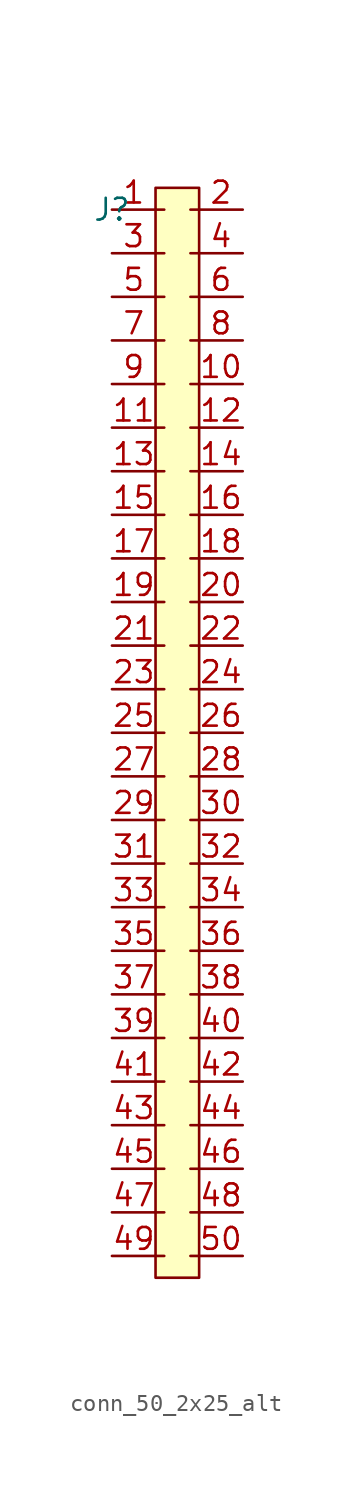
<source format=kicad_sym>
(kicad_symbol_lib
  (version 20231120)
  (generator "kicad_symbol_editor")
  (generator_version "8.0")
  (symbol "conn_50_2x25_alt"
    (pin_names hide)
    (property "Reference" "J"
      (at 0 0 0)
      (effects (font (size 1.27 1.27))))
    (symbol "conn_50_2x25_alt_1_1"
      (polyline (pts (xy 2.54 -60.96) (xy 3.048 -60.96)) (stroke (width 0) (type default)) (fill (type none)))
      (polyline (pts (xy 2.54 -58.42) (xy 3.048 -58.42)) (stroke (width 0) (type default)) (fill (type none)))
      (polyline (pts (xy 2.54 -55.88) (xy 3.048 -55.88)) (stroke (width 0) (type default)) (fill (type none)))
      (polyline (pts (xy 2.54 -53.34) (xy 3.048 -53.34)) (stroke (width 0) (type default)) (fill (type none)))
      (polyline (pts (xy 2.54 -50.8) (xy 3.048 -50.8)) (stroke (width 0) (type default)) (fill (type none)))
      (polyline (pts (xy 2.54 -48.26) (xy 3.048 -48.26)) (stroke (width 0) (type default)) (fill (type none)))
      (polyline (pts (xy 2.54 -45.72) (xy 3.048 -45.72)) (stroke (width 0) (type default)) (fill (type none)))
      (polyline (pts (xy 2.54 -43.18) (xy 3.048 -43.18)) (stroke (width 0) (type default)) (fill (type none)))
      (polyline (pts (xy 2.54 -40.64) (xy 3.048 -40.64)) (stroke (width 0) (type default)) (fill (type none)))
      (polyline (pts (xy 2.54 -38.1) (xy 3.048 -38.1)) (stroke (width 0) (type default)) (fill (type none)))
      (polyline (pts (xy 2.54 -35.56) (xy 3.048 -35.56)) (stroke (width 0) (type default)) (fill (type none)))
      (polyline (pts (xy 2.54 -33.02) (xy 3.048 -33.02)) (stroke (width 0) (type default)) (fill (type none)))
      (polyline (pts (xy 2.54 -30.48) (xy 3.048 -30.48)) (stroke (width 0) (type default)) (fill (type none)))
      (polyline (pts (xy 2.54 -27.94) (xy 3.048 -27.94)) (stroke (width 0) (type default)) (fill (type none)))
      (polyline (pts (xy 2.54 -25.4) (xy 3.048 -25.4)) (stroke (width 0) (type default)) (fill (type none)))
      (polyline (pts (xy 2.54 -22.86) (xy 3.048 -22.86)) (stroke (width 0) (type default)) (fill (type none)))
      (polyline (pts (xy 2.54 -20.32) (xy 3.048 -20.32)) (stroke (width 0) (type default)) (fill (type none)))
      (polyline (pts (xy 2.54 -17.78) (xy 3.048 -17.78)) (stroke (width 0) (type default)) (fill (type none)))
      (polyline (pts (xy 2.54 -15.24) (xy 3.048 -15.24)) (stroke (width 0) (type default)) (fill (type none)))
      (polyline (pts (xy 2.54 -12.7) (xy 3.048 -12.7)) (stroke (width 0) (type default)) (fill (type none)))
      (polyline (pts (xy 2.54 -10.16) (xy 3.048 -10.16)) (stroke (width 0) (type default)) (fill (type none)))
      (polyline (pts (xy 2.54 -7.62) (xy 3.048 -7.62)) (stroke (width 0) (type default)) (fill (type none)))
      (polyline (pts (xy 2.54 -5.08) (xy 3.048 -5.08)) (stroke (width 0) (type default)) (fill (type none)))
      (polyline (pts (xy 2.54 -2.54) (xy 3.048 -2.54)) (stroke (width 0) (type default)) (fill (type none)))
      (polyline (pts (xy 2.54 0) (xy 3.048 0)) (stroke (width 0) (type default)) (fill (type none)))
      (polyline (pts (xy 4.572 -60.96) (xy 5.08 -60.96)) (stroke (width 0) (type default)) (fill (type none)))
      (polyline (pts (xy 4.572 -58.42) (xy 5.08 -58.42)) (stroke (width 0) (type default)) (fill (type none)))
      (polyline (pts (xy 4.572 -55.88) (xy 5.08 -55.88)) (stroke (width 0) (type default)) (fill (type none)))
      (polyline (pts (xy 4.572 -53.34) (xy 5.08 -53.34)) (stroke (width 0) (type default)) (fill (type none)))
      (polyline (pts (xy 4.572 -50.8) (xy 5.08 -50.8)) (stroke (width 0) (type default)) (fill (type none)))
      (polyline (pts (xy 4.572 -48.26) (xy 5.08 -48.26)) (stroke (width 0) (type default)) (fill (type none)))
      (polyline (pts (xy 4.572 -45.72) (xy 5.08 -45.72)) (stroke (width 0) (type default)) (fill (type none)))
      (polyline (pts (xy 4.572 -43.18) (xy 5.08 -43.18)) (stroke (width 0) (type default)) (fill (type none)))
      (polyline (pts (xy 4.572 -40.64) (xy 5.08 -40.64)) (stroke (width 0) (type default)) (fill (type none)))
      (polyline (pts (xy 4.572 -38.1) (xy 5.08 -38.1)) (stroke (width 0) (type default)) (fill (type none)))
      (polyline (pts (xy 4.572 -35.56) (xy 5.08 -35.56)) (stroke (width 0) (type default)) (fill (type none)))
      (polyline (pts (xy 4.572 -33.02) (xy 5.08 -33.02)) (stroke (width 0) (type default)) (fill (type none)))
      (polyline (pts (xy 4.572 -30.48) (xy 5.08 -30.48)) (stroke (width 0) (type default)) (fill (type none)))
      (polyline (pts (xy 4.572 -27.94) (xy 5.08 -27.94)) (stroke (width 0) (type default)) (fill (type none)))
      (polyline (pts (xy 4.572 -25.4) (xy 5.08 -25.4)) (stroke (width 0) (type default)) (fill (type none)))
      (polyline (pts (xy 4.572 -22.86) (xy 5.08 -22.86)) (stroke (width 0) (type default)) (fill (type none)))
      (polyline (pts (xy 4.572 -20.32) (xy 5.08 -20.32)) (stroke (width 0) (type default)) (fill (type none)))
      (polyline (pts (xy 4.572 -17.78) (xy 5.08 -17.78)) (stroke (width 0) (type default)) (fill (type none)))
      (polyline (pts (xy 4.572 -15.24) (xy 5.08 -15.24)) (stroke (width 0) (type default)) (fill (type none)))
      (polyline (pts (xy 4.572 -12.7) (xy 5.08 -12.7)) (stroke (width 0) (type default)) (fill (type none)))
      (polyline (pts (xy 4.572 -10.16) (xy 5.08 -10.16)) (stroke (width 0) (type default)) (fill (type none)))
      (polyline (pts (xy 4.572 -7.62) (xy 5.08 -7.62)) (stroke (width 0) (type default)) (fill (type none)))
      (polyline (pts (xy 4.572 -5.08) (xy 5.08 -5.08)) (stroke (width 0) (type default)) (fill (type none)))
      (polyline (pts (xy 4.572 -2.54) (xy 5.08 -2.54)) (stroke (width 0) (type default)) (fill (type none)))
      (polyline (pts (xy 4.572 0) (xy 5.08 0)) (stroke (width 0) (type default)) (fill (type none)))
      (rectangle (start 2.54 1.27) (end 5.08 -62.23) (stroke (width 0) (type default)) (fill (type background)))
      (pin passive line (at 0 0 0) (length 2.54) (name "1" (effects (font (size 1.27 1.27)))) (number "1" (effects (font (size 1.27 1.27)))))
      (pin passive line (at 7.62 -10.16 180) (length 2.54) (name "1" (effects (font (size 1.27 1.27)))) (number "10" (effects (font (size 1.27 1.27)))))
      (pin passive line (at 0 -12.7 0) (length 2.54) (name "1" (effects (font (size 1.27 1.27)))) (number "11" (effects (font (size 1.27 1.27)))))
      (pin passive line (at 7.62 -12.7 180) (length 2.54) (name "1" (effects (font (size 1.27 1.27)))) (number "12" (effects (font (size 1.27 1.27)))))
      (pin passive line (at 0 -15.24 0) (length 2.54) (name "1" (effects (font (size 1.27 1.27)))) (number "13" (effects (font (size 1.27 1.27)))))
      (pin passive line (at 7.62 -15.24 180) (length 2.54) (name "1" (effects (font (size 1.27 1.27)))) (number "14" (effects (font (size 1.27 1.27)))))
      (pin passive line (at 0 -17.78 0) (length 2.54) (name "1" (effects (font (size 1.27 1.27)))) (number "15" (effects (font (size 1.27 1.27)))))
      (pin passive line (at 7.62 -17.78 180) (length 2.54) (name "1" (effects (font (size 1.27 1.27)))) (number "16" (effects (font (size 1.27 1.27)))))
      (pin passive line (at 0 -20.32 0) (length 2.54) (name "1" (effects (font (size 1.27 1.27)))) (number "17" (effects (font (size 1.27 1.27)))))
      (pin passive line (at 7.62 -20.32 180) (length 2.54) (name "1" (effects (font (size 1.27 1.27)))) (number "18" (effects (font (size 1.27 1.27)))))
      (pin passive line (at 0 -22.86 0) (length 2.54) (name "1" (effects (font (size 1.27 1.27)))) (number "19" (effects (font (size 1.27 1.27)))))
      (pin passive line (at 7.62 0 180) (length 2.54) (name "1" (effects (font (size 1.27 1.27)))) (number "2" (effects (font (size 1.27 1.27)))))
      (pin passive line (at 7.62 -22.86 180) (length 2.54) (name "1" (effects (font (size 1.27 1.27)))) (number "20" (effects (font (size 1.27 1.27)))))
      (pin passive line (at 0 -25.4 0) (length 2.54) (name "1" (effects (font (size 1.27 1.27)))) (number "21" (effects (font (size 1.27 1.27)))))
      (pin passive line (at 7.62 -25.4 180) (length 2.54) (name "1" (effects (font (size 1.27 1.27)))) (number "22" (effects (font (size 1.27 1.27)))))
      (pin passive line (at 0 -27.94 0) (length 2.54) (name "1" (effects (font (size 1.27 1.27)))) (number "23" (effects (font (size 1.27 1.27)))))
      (pin passive line (at 7.62 -27.94 180) (length 2.54) (name "1" (effects (font (size 1.27 1.27)))) (number "24" (effects (font (size 1.27 1.27)))))
      (pin passive line (at 0 -30.48 0) (length 2.54) (name "1" (effects (font (size 1.27 1.27)))) (number "25" (effects (font (size 1.27 1.27)))))
      (pin passive line (at 7.62 -30.48 180) (length 2.54) (name "1" (effects (font (size 1.27 1.27)))) (number "26" (effects (font (size 1.27 1.27)))))
      (pin passive line (at 0 -33.02 0) (length 2.54) (name "1" (effects (font (size 1.27 1.27)))) (number "27" (effects (font (size 1.27 1.27)))))
      (pin passive line (at 7.62 -33.02 180) (length 2.54) (name "1" (effects (font (size 1.27 1.27)))) (number "28" (effects (font (size 1.27 1.27)))))
      (pin passive line (at 0 -35.56 0) (length 2.54) (name "1" (effects (font (size 1.27 1.27)))) (number "29" (effects (font (size 1.27 1.27)))))
      (pin passive line (at 0 -2.54 0) (length 2.54) (name "1" (effects (font (size 1.27 1.27)))) (number "3" (effects (font (size 1.27 1.27)))))
      (pin passive line (at 7.62 -35.56 180) (length 2.54) (name "1" (effects (font (size 1.27 1.27)))) (number "30" (effects (font (size 1.27 1.27)))))
      (pin passive line (at 0 -38.1 0) (length 2.54) (name "1" (effects (font (size 1.27 1.27)))) (number "31" (effects (font (size 1.27 1.27)))))
      (pin passive line (at 7.62 -38.1 180) (length 2.54) (name "1" (effects (font (size 1.27 1.27)))) (number "32" (effects (font (size 1.27 1.27)))))
      (pin passive line (at 0 -40.64 0) (length 2.54) (name "1" (effects (font (size 1.27 1.27)))) (number "33" (effects (font (size 1.27 1.27)))))
      (pin passive line (at 7.62 -40.64 180) (length 2.54) (name "1" (effects (font (size 1.27 1.27)))) (number "34" (effects (font (size 1.27 1.27)))))
      (pin passive line (at 0 -43.18 0) (length 2.54) (name "1" (effects (font (size 1.27 1.27)))) (number "35" (effects (font (size 1.27 1.27)))))
      (pin passive line (at 7.62 -43.18 180) (length 2.54) (name "1" (effects (font (size 1.27 1.27)))) (number "36" (effects (font (size 1.27 1.27)))))
      (pin passive line (at 0 -45.72 0) (length 2.54) (name "1" (effects (font (size 1.27 1.27)))) (number "37" (effects (font (size 1.27 1.27)))))
      (pin passive line (at 7.62 -45.72 180) (length 2.54) (name "1" (effects (font (size 1.27 1.27)))) (number "38" (effects (font (size 1.27 1.27)))))
      (pin passive line (at 0 -48.26 0) (length 2.54) (name "1" (effects (font (size 1.27 1.27)))) (number "39" (effects (font (size 1.27 1.27)))))
      (pin passive line (at 7.62 -2.54 180) (length 2.54) (name "1" (effects (font (size 1.27 1.27)))) (number "4" (effects (font (size 1.27 1.27)))))
      (pin passive line (at 7.62 -48.26 180) (length 2.54) (name "1" (effects (font (size 1.27 1.27)))) (number "40" (effects (font (size 1.27 1.27)))))
      (pin passive line (at 0 -50.8 0) (length 2.54) (name "1" (effects (font (size 1.27 1.27)))) (number "41" (effects (font (size 1.27 1.27)))))
      (pin passive line (at 7.62 -50.8 180) (length 2.54) (name "1" (effects (font (size 1.27 1.27)))) (number "42" (effects (font (size 1.27 1.27)))))
      (pin passive line (at 0 -53.34 0) (length 2.54) (name "1" (effects (font (size 1.27 1.27)))) (number "43" (effects (font (size 1.27 1.27)))))
      (pin passive line (at 7.62 -53.34 180) (length 2.54) (name "1" (effects (font (size 1.27 1.27)))) (number "44" (effects (font (size 1.27 1.27)))))
      (pin passive line (at 0 -55.88 0) (length 2.54) (name "1" (effects (font (size 1.27 1.27)))) (number "45" (effects (font (size 1.27 1.27)))))
      (pin passive line (at 7.62 -55.88 180) (length 2.54) (name "1" (effects (font (size 1.27 1.27)))) (number "46" (effects (font (size 1.27 1.27)))))
      (pin passive line (at 0 -58.42 0) (length 2.54) (name "1" (effects (font (size 1.27 1.27)))) (number "47" (effects (font (size 1.27 1.27)))))
      (pin passive line (at 7.62 -58.42 180) (length 2.54) (name "1" (effects (font (size 1.27 1.27)))) (number "48" (effects (font (size 1.27 1.27)))))
      (pin passive line (at 0 -60.96 0) (length 2.54) (name "1" (effects (font (size 1.27 1.27)))) (number "49" (effects (font (size 1.27 1.27)))))
      (pin passive line (at 0 -5.08 0) (length 2.54) (name "1" (effects (font (size 1.27 1.27)))) (number "5" (effects (font (size 1.27 1.27)))))
      (pin passive line (at 7.62 -60.96 180) (length 2.54) (name "1" (effects (font (size 1.27 1.27)))) (number "50" (effects (font (size 1.27 1.27)))))
      (pin passive line (at 7.62 -5.08 180) (length 2.54) (name "1" (effects (font (size 1.27 1.27)))) (number "6" (effects (font (size 1.27 1.27)))))
      (pin passive line (at 0 -7.62 0) (length 2.54) (name "1" (effects (font (size 1.27 1.27)))) (number "7" (effects (font (size 1.27 1.27)))))
      (pin passive line (at 7.62 -7.62 180) (length 2.54) (name "1" (effects (font (size 1.27 1.27)))) (number "8" (effects (font (size 1.27 1.27)))))
      (pin passive line (at 0 -10.16 0) (length 2.54) (name "1" (effects (font (size 1.27 1.27)))) (number "9" (effects (font (size 1.27 1.27))))))))
</source>
